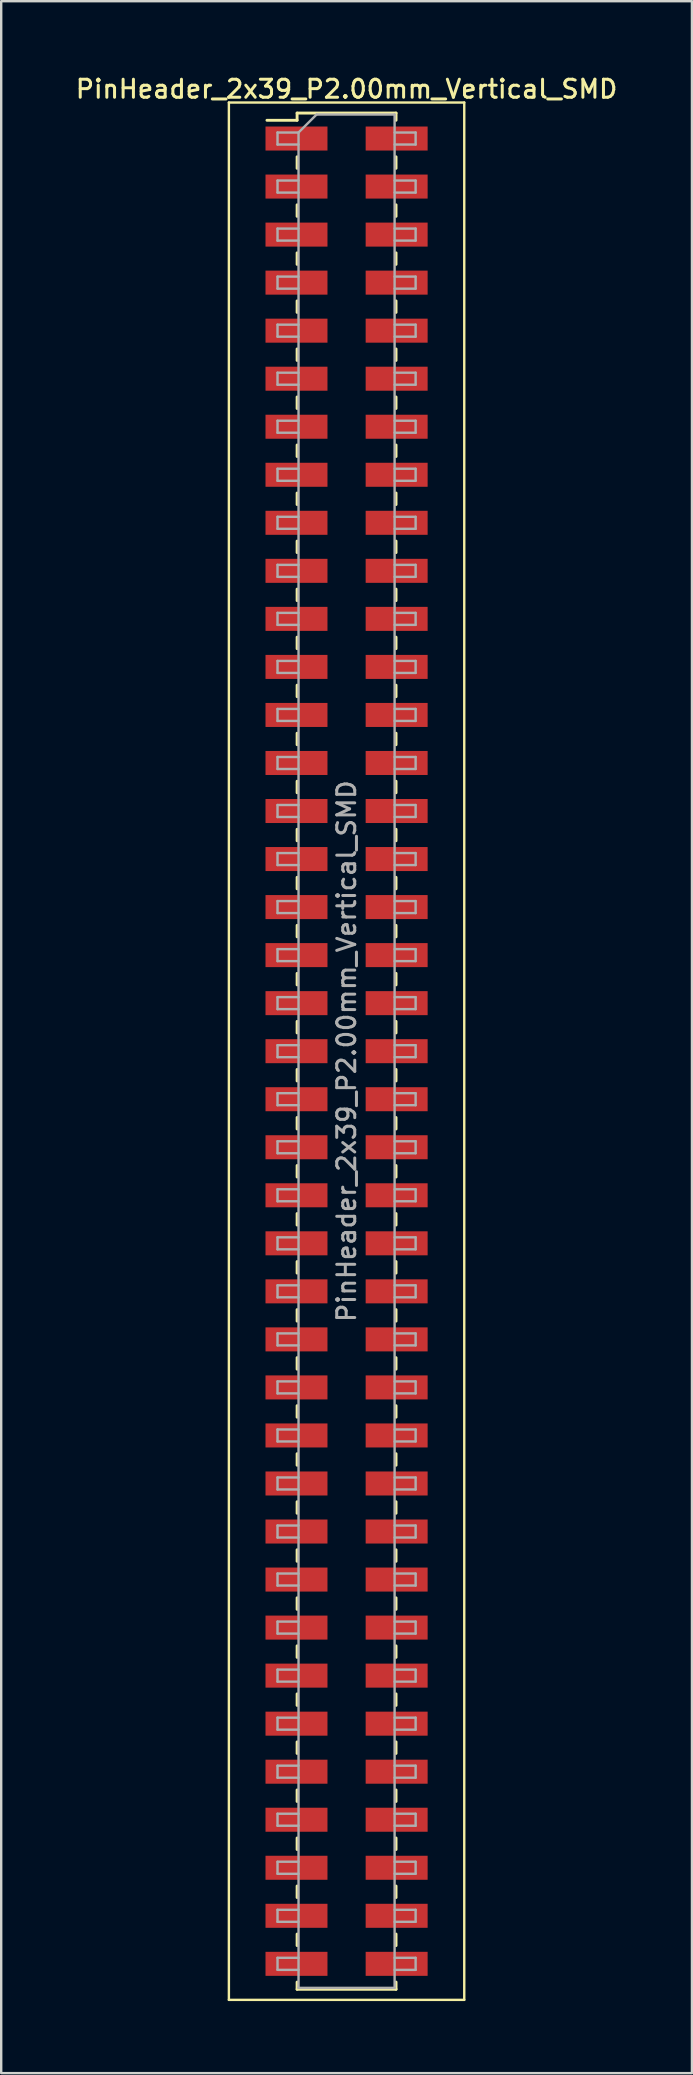
<source format=kicad_pcb>
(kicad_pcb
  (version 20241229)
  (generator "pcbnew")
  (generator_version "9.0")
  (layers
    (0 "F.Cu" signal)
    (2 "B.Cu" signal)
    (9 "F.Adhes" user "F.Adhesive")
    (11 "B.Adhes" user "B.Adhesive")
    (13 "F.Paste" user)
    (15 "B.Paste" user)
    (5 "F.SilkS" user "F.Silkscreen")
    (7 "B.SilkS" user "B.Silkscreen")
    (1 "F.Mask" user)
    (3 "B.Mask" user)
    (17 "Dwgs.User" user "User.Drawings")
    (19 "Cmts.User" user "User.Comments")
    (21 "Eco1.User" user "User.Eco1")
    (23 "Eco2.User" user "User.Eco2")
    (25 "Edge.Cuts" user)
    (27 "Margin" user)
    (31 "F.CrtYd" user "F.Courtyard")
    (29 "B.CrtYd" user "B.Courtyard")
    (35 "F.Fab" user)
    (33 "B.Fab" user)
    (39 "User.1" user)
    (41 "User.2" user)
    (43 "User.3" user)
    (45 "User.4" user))
  (footprint "PinHeader_2x39_P2.00mm_Vertical_SMD"
    (layer "F.Cu")
    (at 11.38 40.718)
    (property "Reference" "PinHeader_2x39_P2.00mm_Vertical_SMD" (at 0 -40.06 0) (layer "F.SilkS") (effects (font (size 0.75 0.75) (thickness 0.125))))
    (attr smd)
    (fp_line (start -4.9 -39.5) (end -4.9 39.5) (stroke (width 0.1) (type solid)) (layer "F.SilkS"))
    (fp_line (start -4.9 39.5) (end 4.9 39.5) (stroke (width 0.1) (type solid)) (layer "F.SilkS"))
    (fp_line (start -3.315 -38.76) (end -2.06 -38.76) (stroke (width 0.12) (type solid)) (layer "F.SilkS"))
    (fp_line (start -2.06 -39.06) (end -2.06 -38.76) (stroke (width 0.12) (type solid)) (layer "F.SilkS"))
    (fp_line (start -2.06 -39.06) (end 2.06 -39.06) (stroke (width 0.12) (type solid)) (layer "F.SilkS"))
    (fp_line (start -2.06 -37.24) (end -2.06 -36.76) (stroke (width 0.12) (type solid)) (layer "F.SilkS"))
    (fp_line (start -2.06 -35.24) (end -2.06 -34.76) (stroke (width 0.12) (type solid)) (layer "F.SilkS"))
    (fp_line (start -2.06 -33.24) (end -2.06 -32.76) (stroke (width 0.12) (type solid)) (layer "F.SilkS"))
    (fp_line (start -2.06 -31.24) (end -2.06 -30.76) (stroke (width 0.12) (type solid)) (layer "F.SilkS"))
    (fp_line (start -2.06 -29.24) (end -2.06 -28.76) (stroke (width 0.12) (type solid)) (layer "F.SilkS"))
    (fp_line (start -2.06 -27.24) (end -2.06 -26.76) (stroke (width 0.12) (type solid)) (layer "F.SilkS"))
    (fp_line (start -2.06 -25.24) (end -2.06 -24.76) (stroke (width 0.12) (type solid)) (layer "F.SilkS"))
    (fp_line (start -2.06 -23.24) (end -2.06 -22.76) (stroke (width 0.12) (type solid)) (layer "F.SilkS"))
    (fp_line (start -2.06 -21.24) (end -2.06 -20.76) (stroke (width 0.12) (type solid)) (layer "F.SilkS"))
    (fp_line (start -2.06 -19.24) (end -2.06 -18.76) (stroke (width 0.12) (type solid)) (layer "F.SilkS"))
    (fp_line (start -2.06 -17.24) (end -2.06 -16.76) (stroke (width 0.12) (type solid)) (layer "F.SilkS"))
    (fp_line (start -2.06 -15.24) (end -2.06 -14.76) (stroke (width 0.12) (type solid)) (layer "F.SilkS"))
    (fp_line (start -2.06 -13.24) (end -2.06 -12.76) (stroke (width 0.12) (type solid)) (layer "F.SilkS"))
    (fp_line (start -2.06 -11.24) (end -2.06 -10.76) (stroke (width 0.12) (type solid)) (layer "F.SilkS"))
    (fp_line (start -2.06 -9.24) (end -2.06 -8.76) (stroke (width 0.12) (type solid)) (layer "F.SilkS"))
    (fp_line (start -2.06 -7.24) (end -2.06 -6.76) (stroke (width 0.12) (type solid)) (layer "F.SilkS"))
    (fp_line (start -2.06 -5.24) (end -2.06 -4.76) (stroke (width 0.12) (type solid)) (layer "F.SilkS"))
    (fp_line (start -2.06 -3.24) (end -2.06 -2.76) (stroke (width 0.12) (type solid)) (layer "F.SilkS"))
    (fp_line (start -2.06 -1.24) (end -2.06 -0.76) (stroke (width 0.12) (type solid)) (layer "F.SilkS"))
    (fp_line (start -2.06 0.76) (end -2.06 1.24) (stroke (width 0.12) (type solid)) (layer "F.SilkS"))
    (fp_line (start -2.06 2.76) (end -2.06 3.24) (stroke (width 0.12) (type solid)) (layer "F.SilkS"))
    (fp_line (start -2.06 4.76) (end -2.06 5.24) (stroke (width 0.12) (type solid)) (layer "F.SilkS"))
    (fp_line (start -2.06 6.76) (end -2.06 7.24) (stroke (width 0.12) (type solid)) (layer "F.SilkS"))
    (fp_line (start -2.06 8.76) (end -2.06 9.24) (stroke (width 0.12) (type solid)) (layer "F.SilkS"))
    (fp_line (start -2.06 10.76) (end -2.06 11.24) (stroke (width 0.12) (type solid)) (layer "F.SilkS"))
    (fp_line (start -2.06 12.76) (end -2.06 13.24) (stroke (width 0.12) (type solid)) (layer "F.SilkS"))
    (fp_line (start -2.06 14.76) (end -2.06 15.24) (stroke (width 0.12) (type solid)) (layer "F.SilkS"))
    (fp_line (start -2.06 16.76) (end -2.06 17.24) (stroke (width 0.12) (type solid)) (layer "F.SilkS"))
    (fp_line (start -2.06 18.76) (end -2.06 19.24) (stroke (width 0.12) (type solid)) (layer "F.SilkS"))
    (fp_line (start -2.06 20.76) (end -2.06 21.24) (stroke (width 0.12) (type solid)) (layer "F.SilkS"))
    (fp_line (start -2.06 22.76) (end -2.06 23.24) (stroke (width 0.12) (type solid)) (layer "F.SilkS"))
    (fp_line (start -2.06 24.76) (end -2.06 25.24) (stroke (width 0.12) (type solid)) (layer "F.SilkS"))
    (fp_line (start -2.06 26.76) (end -2.06 27.24) (stroke (width 0.12) (type solid)) (layer "F.SilkS"))
    (fp_line (start -2.06 28.76) (end -2.06 29.24) (stroke (width 0.12) (type solid)) (layer "F.SilkS"))
    (fp_line (start -2.06 30.76) (end -2.06 31.24) (stroke (width 0.12) (type solid)) (layer "F.SilkS"))
    (fp_line (start -2.06 32.76) (end -2.06 33.24) (stroke (width 0.12) (type solid)) (layer "F.SilkS"))
    (fp_line (start -2.06 34.76) (end -2.06 35.24) (stroke (width 0.12) (type solid)) (layer "F.SilkS"))
    (fp_line (start -2.06 36.76) (end -2.06 37.24) (stroke (width 0.12) (type solid)) (layer "F.SilkS"))
    (fp_line (start -2.06 38.76) (end -2.06 39.06) (stroke (width 0.12) (type solid)) (layer "F.SilkS"))
    (fp_line (start -2.06 39.06) (end 2.06 39.06) (stroke (width 0.12) (type solid)) (layer "F.SilkS"))
    (fp_line (start 2.06 -39.06) (end 2.06 -38.76) (stroke (width 0.12) (type solid)) (layer "F.SilkS"))
    (fp_line (start 2.06 -37.24) (end 2.06 -36.76) (stroke (width 0.12) (type solid)) (layer "F.SilkS"))
    (fp_line (start 2.06 -35.24) (end 2.06 -34.76) (stroke (width 0.12) (type solid)) (layer "F.SilkS"))
    (fp_line (start 2.06 -33.24) (end 2.06 -32.76) (stroke (width 0.12) (type solid)) (layer "F.SilkS"))
    (fp_line (start 2.06 -31.24) (end 2.06 -30.76) (stroke (width 0.12) (type solid)) (layer "F.SilkS"))
    (fp_line (start 2.06 -29.24) (end 2.06 -28.76) (stroke (width 0.12) (type solid)) (layer "F.SilkS"))
    (fp_line (start 2.06 -27.24) (end 2.06 -26.76) (stroke (width 0.12) (type solid)) (layer "F.SilkS"))
    (fp_line (start 2.06 -25.24) (end 2.06 -24.76) (stroke (width 0.12) (type solid)) (layer "F.SilkS"))
    (fp_line (start 2.06 -23.24) (end 2.06 -22.76) (stroke (width 0.12) (type solid)) (layer "F.SilkS"))
    (fp_line (start 2.06 -21.24) (end 2.06 -20.76) (stroke (width 0.12) (type solid)) (layer "F.SilkS"))
    (fp_line (start 2.06 -19.24) (end 2.06 -18.76) (stroke (width 0.12) (type solid)) (layer "F.SilkS"))
    (fp_line (start 2.06 -17.24) (end 2.06 -16.76) (stroke (width 0.12) (type solid)) (layer "F.SilkS"))
    (fp_line (start 2.06 -15.24) (end 2.06 -14.76) (stroke (width 0.12) (type solid)) (layer "F.SilkS"))
    (fp_line (start 2.06 -13.24) (end 2.06 -12.76) (stroke (width 0.12) (type solid)) (layer "F.SilkS"))
    (fp_line (start 2.06 -11.24) (end 2.06 -10.76) (stroke (width 0.12) (type solid)) (layer "F.SilkS"))
    (fp_line (start 2.06 -9.24) (end 2.06 -8.76) (stroke (width 0.12) (type solid)) (layer "F.SilkS"))
    (fp_line (start 2.06 -7.24) (end 2.06 -6.76) (stroke (width 0.12) (type solid)) (layer "F.SilkS"))
    (fp_line (start 2.06 -5.24) (end 2.06 -4.76) (stroke (width 0.12) (type solid)) (layer "F.SilkS"))
    (fp_line (start 2.06 -3.24) (end 2.06 -2.76) (stroke (width 0.12) (type solid)) (layer "F.SilkS"))
    (fp_line (start 2.06 -1.24) (end 2.06 -0.76) (stroke (width 0.12) (type solid)) (layer "F.SilkS"))
    (fp_line (start 2.06 0.76) (end 2.06 1.24) (stroke (width 0.12) (type solid)) (layer "F.SilkS"))
    (fp_line (start 2.06 2.76) (end 2.06 3.24) (stroke (width 0.12) (type solid)) (layer "F.SilkS"))
    (fp_line (start 2.06 4.76) (end 2.06 5.24) (stroke (width 0.12) (type solid)) (layer "F.SilkS"))
    (fp_line (start 2.06 6.76) (end 2.06 7.24) (stroke (width 0.12) (type solid)) (layer "F.SilkS"))
    (fp_line (start 2.06 8.76) (end 2.06 9.24) (stroke (width 0.12) (type solid)) (layer "F.SilkS"))
    (fp_line (start 2.06 10.76) (end 2.06 11.24) (stroke (width 0.12) (type solid)) (layer "F.SilkS"))
    (fp_line (start 2.06 12.76) (end 2.06 13.24) (stroke (width 0.12) (type solid)) (layer "F.SilkS"))
    (fp_line (start 2.06 14.76) (end 2.06 15.24) (stroke (width 0.12) (type solid)) (layer "F.SilkS"))
    (fp_line (start 2.06 16.76) (end 2.06 17.24) (stroke (width 0.12) (type solid)) (layer "F.SilkS"))
    (fp_line (start 2.06 18.76) (end 2.06 19.24) (stroke (width 0.12) (type solid)) (layer "F.SilkS"))
    (fp_line (start 2.06 20.76) (end 2.06 21.24) (stroke (width 0.12) (type solid)) (layer "F.SilkS"))
    (fp_line (start 2.06 22.76) (end 2.06 23.24) (stroke (width 0.12) (type solid)) (layer "F.SilkS"))
    (fp_line (start 2.06 24.76) (end 2.06 25.24) (stroke (width 0.12) (type solid)) (layer "F.SilkS"))
    (fp_line (start 2.06 26.76) (end 2.06 27.24) (stroke (width 0.12) (type solid)) (layer "F.SilkS"))
    (fp_line (start 2.06 28.76) (end 2.06 29.24) (stroke (width 0.12) (type solid)) (layer "F.SilkS"))
    (fp_line (start 2.06 30.76) (end 2.06 31.24) (stroke (width 0.12) (type solid)) (layer "F.SilkS"))
    (fp_line (start 2.06 32.76) (end 2.06 33.24) (stroke (width 0.12) (type solid)) (layer "F.SilkS"))
    (fp_line (start 2.06 34.76) (end 2.06 35.24) (stroke (width 0.12) (type solid)) (layer "F.SilkS"))
    (fp_line (start 2.06 36.76) (end 2.06 37.24) (stroke (width 0.12) (type solid)) (layer "F.SilkS"))
    (fp_line (start 2.06 38.76) (end 2.06 39.06) (stroke (width 0.12) (type solid)) (layer "F.SilkS"))
    (fp_line (start 4.9 -39.5) (end -4.9 -39.5) (stroke (width 0.1) (type solid)) (layer "F.SilkS"))
    (fp_line (start 4.9 39.5) (end 4.9 -39.5) (stroke (width 0.1) (type solid)) (layer "F.SilkS"))
    (fp_line (start -2.875 -38.25) (end -2.875 -37.75) (stroke (width 0.1) (type solid)) (layer "F.Fab"))
    (fp_line (start -2.875 -37.75) (end -2 -37.75) (stroke (width 0.1) (type solid)) (layer "F.Fab"))
    (fp_line (start -2.875 -36.25) (end -2.875 -35.75) (stroke (width 0.1) (type solid)) (layer "F.Fab"))
    (fp_line (start -2.875 -35.75) (end -2 -35.75) (stroke (width 0.1) (type solid)) (layer "F.Fab"))
    (fp_line (start -2.875 -34.25) (end -2.875 -33.75) (stroke (width 0.1) (type solid)) (layer "F.Fab"))
    (fp_line (start -2.875 -33.75) (end -2 -33.75) (stroke (width 0.1) (type solid)) (layer "F.Fab"))
    (fp_line (start -2.875 -32.25) (end -2.875 -31.75) (stroke (width 0.1) (type solid)) (layer "F.Fab"))
    (fp_line (start -2.875 -31.75) (end -2 -31.75) (stroke (width 0.1) (type solid)) (layer "F.Fab"))
    (fp_line (start -2.875 -30.25) (end -2.875 -29.75) (stroke (width 0.1) (type solid)) (layer "F.Fab"))
    (fp_line (start -2.875 -29.75) (end -2 -29.75) (stroke (width 0.1) (type solid)) (layer "F.Fab"))
    (fp_line (start -2.875 -28.25) (end -2.875 -27.75) (stroke (width 0.1) (type solid)) (layer "F.Fab"))
    (fp_line (start -2.875 -27.75) (end -2 -27.75) (stroke (width 0.1) (type solid)) (layer "F.Fab"))
    (fp_line (start -2.875 -26.25) (end -2.875 -25.75) (stroke (width 0.1) (type solid)) (layer "F.Fab"))
    (fp_line (start -2.875 -25.75) (end -2 -25.75) (stroke (width 0.1) (type solid)) (layer "F.Fab"))
    (fp_line (start -2.875 -24.25) (end -2.875 -23.75) (stroke (width 0.1) (type solid)) (layer "F.Fab"))
    (fp_line (start -2.875 -23.75) (end -2 -23.75) (stroke (width 0.1) (type solid)) (layer "F.Fab"))
    (fp_line (start -2.875 -22.25) (end -2.875 -21.75) (stroke (width 0.1) (type solid)) (layer "F.Fab"))
    (fp_line (start -2.875 -21.75) (end -2 -21.75) (stroke (width 0.1) (type solid)) (layer "F.Fab"))
    (fp_line (start -2.875 -20.25) (end -2.875 -19.75) (stroke (width 0.1) (type solid)) (layer "F.Fab"))
    (fp_line (start -2.875 -19.75) (end -2 -19.75) (stroke (width 0.1) (type solid)) (layer "F.Fab"))
    (fp_line (start -2.875 -18.25) (end -2.875 -17.75) (stroke (width 0.1) (type solid)) (layer "F.Fab"))
    (fp_line (start -2.875 -17.75) (end -2 -17.75) (stroke (width 0.1) (type solid)) (layer "F.Fab"))
    (fp_line (start -2.875 -16.25) (end -2.875 -15.75) (stroke (width 0.1) (type solid)) (layer "F.Fab"))
    (fp_line (start -2.875 -15.75) (end -2 -15.75) (stroke (width 0.1) (type solid)) (layer "F.Fab"))
    (fp_line (start -2.875 -14.25) (end -2.875 -13.75) (stroke (width 0.1) (type solid)) (layer "F.Fab"))
    (fp_line (start -2.875 -13.75) (end -2 -13.75) (stroke (width 0.1) (type solid)) (layer "F.Fab"))
    (fp_line (start -2.875 -12.25) (end -2.875 -11.75) (stroke (width 0.1) (type solid)) (layer "F.Fab"))
    (fp_line (start -2.875 -11.75) (end -2 -11.75) (stroke (width 0.1) (type solid)) (layer "F.Fab"))
    (fp_line (start -2.875 -10.25) (end -2.875 -9.75) (stroke (width 0.1) (type solid)) (layer "F.Fab"))
    (fp_line (start -2.875 -9.75) (end -2 -9.75) (stroke (width 0.1) (type solid)) (layer "F.Fab"))
    (fp_line (start -2.875 -8.25) (end -2.875 -7.75) (stroke (width 0.1) (type solid)) (layer "F.Fab"))
    (fp_line (start -2.875 -7.75) (end -2 -7.75) (stroke (width 0.1) (type solid)) (layer "F.Fab"))
    (fp_line (start -2.875 -6.25) (end -2.875 -5.75) (stroke (width 0.1) (type solid)) (layer "F.Fab"))
    (fp_line (start -2.875 -5.75) (end -2 -5.75) (stroke (width 0.1) (type solid)) (layer "F.Fab"))
    (fp_line (start -2.875 -4.25) (end -2.875 -3.75) (stroke (width 0.1) (type solid)) (layer "F.Fab"))
    (fp_line (start -2.875 -3.75) (end -2 -3.75) (stroke (width 0.1) (type solid)) (layer "F.Fab"))
    (fp_line (start -2.875 -2.25) (end -2.875 -1.75) (stroke (width 0.1) (type solid)) (layer "F.Fab"))
    (fp_line (start -2.875 -1.75) (end -2 -1.75) (stroke (width 0.1) (type solid)) (layer "F.Fab"))
    (fp_line (start -2.875 -0.25) (end -2.875 0.25) (stroke (width 0.1) (type solid)) (layer "F.Fab"))
    (fp_line (start -2.875 0.25) (end -2 0.25) (stroke (width 0.1) (type solid)) (layer "F.Fab"))
    (fp_line (start -2.875 1.75) (end -2.875 2.25) (stroke (width 0.1) (type solid)) (layer "F.Fab"))
    (fp_line (start -2.875 2.25) (end -2 2.25) (stroke (width 0.1) (type solid)) (layer "F.Fab"))
    (fp_line (start -2.875 3.75) (end -2.875 4.25) (stroke (width 0.1) (type solid)) (layer "F.Fab"))
    (fp_line (start -2.875 4.25) (end -2 4.25) (stroke (width 0.1) (type solid)) (layer "F.Fab"))
    (fp_line (start -2.875 5.75) (end -2.875 6.25) (stroke (width 0.1) (type solid)) (layer "F.Fab"))
    (fp_line (start -2.875 6.25) (end -2 6.25) (stroke (width 0.1) (type solid)) (layer "F.Fab"))
    (fp_line (start -2.875 7.75) (end -2.875 8.25) (stroke (width 0.1) (type solid)) (layer "F.Fab"))
    (fp_line (start -2.875 8.25) (end -2 8.25) (stroke (width 0.1) (type solid)) (layer "F.Fab"))
    (fp_line (start -2.875 9.75) (end -2.875 10.25) (stroke (width 0.1) (type solid)) (layer "F.Fab"))
    (fp_line (start -2.875 10.25) (end -2 10.25) (stroke (width 0.1) (type solid)) (layer "F.Fab"))
    (fp_line (start -2.875 11.75) (end -2.875 12.25) (stroke (width 0.1) (type solid)) (layer "F.Fab"))
    (fp_line (start -2.875 12.25) (end -2 12.25) (stroke (width 0.1) (type solid)) (layer "F.Fab"))
    (fp_line (start -2.875 13.75) (end -2.875 14.25) (stroke (width 0.1) (type solid)) (layer "F.Fab"))
    (fp_line (start -2.875 14.25) (end -2 14.25) (stroke (width 0.1) (type solid)) (layer "F.Fab"))
    (fp_line (start -2.875 15.75) (end -2.875 16.25) (stroke (width 0.1) (type solid)) (layer "F.Fab"))
    (fp_line (start -2.875 16.25) (end -2 16.25) (stroke (width 0.1) (type solid)) (layer "F.Fab"))
    (fp_line (start -2.875 17.75) (end -2.875 18.25) (stroke (width 0.1) (type solid)) (layer "F.Fab"))
    (fp_line (start -2.875 18.25) (end -2 18.25) (stroke (width 0.1) (type solid)) (layer "F.Fab"))
    (fp_line (start -2.875 19.75) (end -2.875 20.25) (stroke (width 0.1) (type solid)) (layer "F.Fab"))
    (fp_line (start -2.875 20.25) (end -2 20.25) (stroke (width 0.1) (type solid)) (layer "F.Fab"))
    (fp_line (start -2.875 21.75) (end -2.875 22.25) (stroke (width 0.1) (type solid)) (layer "F.Fab"))
    (fp_line (start -2.875 22.25) (end -2 22.25) (stroke (width 0.1) (type solid)) (layer "F.Fab"))
    (fp_line (start -2.875 23.75) (end -2.875 24.25) (stroke (width 0.1) (type solid)) (layer "F.Fab"))
    (fp_line (start -2.875 24.25) (end -2 24.25) (stroke (width 0.1) (type solid)) (layer "F.Fab"))
    (fp_line (start -2.875 25.75) (end -2.875 26.25) (stroke (width 0.1) (type solid)) (layer "F.Fab"))
    (fp_line (start -2.875 26.25) (end -2 26.25) (stroke (width 0.1) (type solid)) (layer "F.Fab"))
    (fp_line (start -2.875 27.75) (end -2.875 28.25) (stroke (width 0.1) (type solid)) (layer "F.Fab"))
    (fp_line (start -2.875 28.25) (end -2 28.25) (stroke (width 0.1) (type solid)) (layer "F.Fab"))
    (fp_line (start -2.875 29.75) (end -2.875 30.25) (stroke (width 0.1) (type solid)) (layer "F.Fab"))
    (fp_line (start -2.875 30.25) (end -2 30.25) (stroke (width 0.1) (type solid)) (layer "F.Fab"))
    (fp_line (start -2.875 31.75) (end -2.875 32.25) (stroke (width 0.1) (type solid)) (layer "F.Fab"))
    (fp_line (start -2.875 32.25) (end -2 32.25) (stroke (width 0.1) (type solid)) (layer "F.Fab"))
    (fp_line (start -2.875 33.75) (end -2.875 34.25) (stroke (width 0.1) (type solid)) (layer "F.Fab"))
    (fp_line (start -2.875 34.25) (end -2 34.25) (stroke (width 0.1) (type solid)) (layer "F.Fab"))
    (fp_line (start -2.875 35.75) (end -2.875 36.25) (stroke (width 0.1) (type solid)) (layer "F.Fab"))
    (fp_line (start -2.875 36.25) (end -2 36.25) (stroke (width 0.1) (type solid)) (layer "F.Fab"))
    (fp_line (start -2.875 37.75) (end -2.875 38.25) (stroke (width 0.1) (type solid)) (layer "F.Fab"))
    (fp_line (start -2.875 38.25) (end -2 38.25) (stroke (width 0.1) (type solid)) (layer "F.Fab"))
    (fp_line (start -2 -38.25) (end -2.875 -38.25) (stroke (width 0.1) (type solid)) (layer "F.Fab"))
    (fp_line (start -2 -38.25) (end -1.25 -39) (stroke (width 0.1) (type solid)) (layer "F.Fab"))
    (fp_line (start -2 -36.25) (end -2.875 -36.25) (stroke (width 0.1) (type solid)) (layer "F.Fab"))
    (fp_line (start -2 -34.25) (end -2.875 -34.25) (stroke (width 0.1) (type solid)) (layer "F.Fab"))
    (fp_line (start -2 -32.25) (end -2.875 -32.25) (stroke (width 0.1) (type solid)) (layer "F.Fab"))
    (fp_line (start -2 -30.25) (end -2.875 -30.25) (stroke (width 0.1) (type solid)) (layer "F.Fab"))
    (fp_line (start -2 -28.25) (end -2.875 -28.25) (stroke (width 0.1) (type solid)) (layer "F.Fab"))
    (fp_line (start -2 -26.25) (end -2.875 -26.25) (stroke (width 0.1) (type solid)) (layer "F.Fab"))
    (fp_line (start -2 -24.25) (end -2.875 -24.25) (stroke (width 0.1) (type solid)) (layer "F.Fab"))
    (fp_line (start -2 -22.25) (end -2.875 -22.25) (stroke (width 0.1) (type solid)) (layer "F.Fab"))
    (fp_line (start -2 -20.25) (end -2.875 -20.25) (stroke (width 0.1) (type solid)) (layer "F.Fab"))
    (fp_line (start -2 -18.25) (end -2.875 -18.25) (stroke (width 0.1) (type solid)) (layer "F.Fab"))
    (fp_line (start -2 -16.25) (end -2.875 -16.25) (stroke (width 0.1) (type solid)) (layer "F.Fab"))
    (fp_line (start -2 -14.25) (end -2.875 -14.25) (stroke (width 0.1) (type solid)) (layer "F.Fab"))
    (fp_line (start -2 -12.25) (end -2.875 -12.25) (stroke (width 0.1) (type solid)) (layer "F.Fab"))
    (fp_line (start -2 -10.25) (end -2.875 -10.25) (stroke (width 0.1) (type solid)) (layer "F.Fab"))
    (fp_line (start -2 -8.25) (end -2.875 -8.25) (stroke (width 0.1) (type solid)) (layer "F.Fab"))
    (fp_line (start -2 -6.25) (end -2.875 -6.25) (stroke (width 0.1) (type solid)) (layer "F.Fab"))
    (fp_line (start -2 -4.25) (end -2.875 -4.25) (stroke (width 0.1) (type solid)) (layer "F.Fab"))
    (fp_line (start -2 -2.25) (end -2.875 -2.25) (stroke (width 0.1) (type solid)) (layer "F.Fab"))
    (fp_line (start -2 -0.25) (end -2.875 -0.25) (stroke (width 0.1) (type solid)) (layer "F.Fab"))
    (fp_line (start -2 1.75) (end -2.875 1.75) (stroke (width 0.1) (type solid)) (layer "F.Fab"))
    (fp_line (start -2 3.75) (end -2.875 3.75) (stroke (width 0.1) (type solid)) (layer "F.Fab"))
    (fp_line (start -2 5.75) (end -2.875 5.75) (stroke (width 0.1) (type solid)) (layer "F.Fab"))
    (fp_line (start -2 7.75) (end -2.875 7.75) (stroke (width 0.1) (type solid)) (layer "F.Fab"))
    (fp_line (start -2 9.75) (end -2.875 9.75) (stroke (width 0.1) (type solid)) (layer "F.Fab"))
    (fp_line (start -2 11.75) (end -2.875 11.75) (stroke (width 0.1) (type solid)) (layer "F.Fab"))
    (fp_line (start -2 13.75) (end -2.875 13.75) (stroke (width 0.1) (type solid)) (layer "F.Fab"))
    (fp_line (start -2 15.75) (end -2.875 15.75) (stroke (width 0.1) (type solid)) (layer "F.Fab"))
    (fp_line (start -2 17.75) (end -2.875 17.75) (stroke (width 0.1) (type solid)) (layer "F.Fab"))
    (fp_line (start -2 19.75) (end -2.875 19.75) (stroke (width 0.1) (type solid)) (layer "F.Fab"))
    (fp_line (start -2 21.75) (end -2.875 21.75) (stroke (width 0.1) (type solid)) (layer "F.Fab"))
    (fp_line (start -2 23.75) (end -2.875 23.75) (stroke (width 0.1) (type solid)) (layer "F.Fab"))
    (fp_line (start -2 25.75) (end -2.875 25.75) (stroke (width 0.1) (type solid)) (layer "F.Fab"))
    (fp_line (start -2 27.75) (end -2.875 27.75) (stroke (width 0.1) (type solid)) (layer "F.Fab"))
    (fp_line (start -2 29.75) (end -2.875 29.75) (stroke (width 0.1) (type solid)) (layer "F.Fab"))
    (fp_line (start -2 31.75) (end -2.875 31.75) (stroke (width 0.1) (type solid)) (layer "F.Fab"))
    (fp_line (start -2 33.75) (end -2.875 33.75) (stroke (width 0.1) (type solid)) (layer "F.Fab"))
    (fp_line (start -2 35.75) (end -2.875 35.75) (stroke (width 0.1) (type solid)) (layer "F.Fab"))
    (fp_line (start -2 37.75) (end -2.875 37.75) (stroke (width 0.1) (type solid)) (layer "F.Fab"))
    (fp_line (start -2 39) (end -2 -38.25) (stroke (width 0.1) (type solid)) (layer "F.Fab"))
    (fp_line (start -1.25 -39) (end 2 -39) (stroke (width 0.1) (type solid)) (layer "F.Fab"))
    (fp_line (start 2 -39) (end 2 39) (stroke (width 0.1) (type solid)) (layer "F.Fab"))
    (fp_line (start 2 -38.25) (end 2.875 -38.25) (stroke (width 0.1) (type solid)) (layer "F.Fab"))
    (fp_line (start 2 -36.25) (end 2.875 -36.25) (stroke (width 0.1) (type solid)) (layer "F.Fab"))
    (fp_line (start 2 -34.25) (end 2.875 -34.25) (stroke (width 0.1) (type solid)) (layer "F.Fab"))
    (fp_line (start 2 -32.25) (end 2.875 -32.25) (stroke (width 0.1) (type solid)) (layer "F.Fab"))
    (fp_line (start 2 -30.25) (end 2.875 -30.25) (stroke (width 0.1) (type solid)) (layer "F.Fab"))
    (fp_line (start 2 -28.25) (end 2.875 -28.25) (stroke (width 0.1) (type solid)) (layer "F.Fab"))
    (fp_line (start 2 -26.25) (end 2.875 -26.25) (stroke (width 0.1) (type solid)) (layer "F.Fab"))
    (fp_line (start 2 -24.25) (end 2.875 -24.25) (stroke (width 0.1) (type solid)) (layer "F.Fab"))
    (fp_line (start 2 -22.25) (end 2.875 -22.25) (stroke (width 0.1) (type solid)) (layer "F.Fab"))
    (fp_line (start 2 -20.25) (end 2.875 -20.25) (stroke (width 0.1) (type solid)) (layer "F.Fab"))
    (fp_line (start 2 -18.25) (end 2.875 -18.25) (stroke (width 0.1) (type solid)) (layer "F.Fab"))
    (fp_line (start 2 -16.25) (end 2.875 -16.25) (stroke (width 0.1) (type solid)) (layer "F.Fab"))
    (fp_line (start 2 -14.25) (end 2.875 -14.25) (stroke (width 0.1) (type solid)) (layer "F.Fab"))
    (fp_line (start 2 -12.25) (end 2.875 -12.25) (stroke (width 0.1) (type solid)) (layer "F.Fab"))
    (fp_line (start 2 -10.25) (end 2.875 -10.25) (stroke (width 0.1) (type solid)) (layer "F.Fab"))
    (fp_line (start 2 -8.25) (end 2.875 -8.25) (stroke (width 0.1) (type solid)) (layer "F.Fab"))
    (fp_line (start 2 -6.25) (end 2.875 -6.25) (stroke (width 0.1) (type solid)) (layer "F.Fab"))
    (fp_line (start 2 -4.25) (end 2.875 -4.25) (stroke (width 0.1) (type solid)) (layer "F.Fab"))
    (fp_line (start 2 -2.25) (end 2.875 -2.25) (stroke (width 0.1) (type solid)) (layer "F.Fab"))
    (fp_line (start 2 -0.25) (end 2.875 -0.25) (stroke (width 0.1) (type solid)) (layer "F.Fab"))
    (fp_line (start 2 1.75) (end 2.875 1.75) (stroke (width 0.1) (type solid)) (layer "F.Fab"))
    (fp_line (start 2 3.75) (end 2.875 3.75) (stroke (width 0.1) (type solid)) (layer "F.Fab"))
    (fp_line (start 2 5.75) (end 2.875 5.75) (stroke (width 0.1) (type solid)) (layer "F.Fab"))
    (fp_line (start 2 7.75) (end 2.875 7.75) (stroke (width 0.1) (type solid)) (layer "F.Fab"))
    (fp_line (start 2 9.75) (end 2.875 9.75) (stroke (width 0.1) (type solid)) (layer "F.Fab"))
    (fp_line (start 2 11.75) (end 2.875 11.75) (stroke (width 0.1) (type solid)) (layer "F.Fab"))
    (fp_line (start 2 13.75) (end 2.875 13.75) (stroke (width 0.1) (type solid)) (layer "F.Fab"))
    (fp_line (start 2 15.75) (end 2.875 15.75) (stroke (width 0.1) (type solid)) (layer "F.Fab"))
    (fp_line (start 2 17.75) (end 2.875 17.75) (stroke (width 0.1) (type solid)) (layer "F.Fab"))
    (fp_line (start 2 19.75) (end 2.875 19.75) (stroke (width 0.1) (type solid)) (layer "F.Fab"))
    (fp_line (start 2 21.75) (end 2.875 21.75) (stroke (width 0.1) (type solid)) (layer "F.Fab"))
    (fp_line (start 2 23.75) (end 2.875 23.75) (stroke (width 0.1) (type solid)) (layer "F.Fab"))
    (fp_line (start 2 25.75) (end 2.875 25.75) (stroke (width 0.1) (type solid)) (layer "F.Fab"))
    (fp_line (start 2 27.75) (end 2.875 27.75) (stroke (width 0.1) (type solid)) (layer "F.Fab"))
    (fp_line (start 2 29.75) (end 2.875 29.75) (stroke (width 0.1) (type solid)) (layer "F.Fab"))
    (fp_line (start 2 31.75) (end 2.875 31.75) (stroke (width 0.1) (type solid)) (layer "F.Fab"))
    (fp_line (start 2 33.75) (end 2.875 33.75) (stroke (width 0.1) (type solid)) (layer "F.Fab"))
    (fp_line (start 2 35.75) (end 2.875 35.75) (stroke (width 0.1) (type solid)) (layer "F.Fab"))
    (fp_line (start 2 37.75) (end 2.875 37.75) (stroke (width 0.1) (type solid)) (layer "F.Fab"))
    (fp_line (start 2 39) (end -2 39) (stroke (width 0.1) (type solid)) (layer "F.Fab"))
    (fp_line (start 2.875 -38.25) (end 2.875 -37.75) (stroke (width 0.1) (type solid)) (layer "F.Fab"))
    (fp_line (start 2.875 -37.75) (end 2 -37.75) (stroke (width 0.1) (type solid)) (layer "F.Fab"))
    (fp_line (start 2.875 -36.25) (end 2.875 -35.75) (stroke (width 0.1) (type solid)) (layer "F.Fab"))
    (fp_line (start 2.875 -35.75) (end 2 -35.75) (stroke (width 0.1) (type solid)) (layer "F.Fab"))
    (fp_line (start 2.875 -34.25) (end 2.875 -33.75) (stroke (width 0.1) (type solid)) (layer "F.Fab"))
    (fp_line (start 2.875 -33.75) (end 2 -33.75) (stroke (width 0.1) (type solid)) (layer "F.Fab"))
    (fp_line (start 2.875 -32.25) (end 2.875 -31.75) (stroke (width 0.1) (type solid)) (layer "F.Fab"))
    (fp_line (start 2.875 -31.75) (end 2 -31.75) (stroke (width 0.1) (type solid)) (layer "F.Fab"))
    (fp_line (start 2.875 -30.25) (end 2.875 -29.75) (stroke (width 0.1) (type solid)) (layer "F.Fab"))
    (fp_line (start 2.875 -29.75) (end 2 -29.75) (stroke (width 0.1) (type solid)) (layer "F.Fab"))
    (fp_line (start 2.875 -28.25) (end 2.875 -27.75) (stroke (width 0.1) (type solid)) (layer "F.Fab"))
    (fp_line (start 2.875 -27.75) (end 2 -27.75) (stroke (width 0.1) (type solid)) (layer "F.Fab"))
    (fp_line (start 2.875 -26.25) (end 2.875 -25.75) (stroke (width 0.1) (type solid)) (layer "F.Fab"))
    (fp_line (start 2.875 -25.75) (end 2 -25.75) (stroke (width 0.1) (type solid)) (layer "F.Fab"))
    (fp_line (start 2.875 -24.25) (end 2.875 -23.75) (stroke (width 0.1) (type solid)) (layer "F.Fab"))
    (fp_line (start 2.875 -23.75) (end 2 -23.75) (stroke (width 0.1) (type solid)) (layer "F.Fab"))
    (fp_line (start 2.875 -22.25) (end 2.875 -21.75) (stroke (width 0.1) (type solid)) (layer "F.Fab"))
    (fp_line (start 2.875 -21.75) (end 2 -21.75) (stroke (width 0.1) (type solid)) (layer "F.Fab"))
    (fp_line (start 2.875 -20.25) (end 2.875 -19.75) (stroke (width 0.1) (type solid)) (layer "F.Fab"))
    (fp_line (start 2.875 -19.75) (end 2 -19.75) (stroke (width 0.1) (type solid)) (layer "F.Fab"))
    (fp_line (start 2.875 -18.25) (end 2.875 -17.75) (stroke (width 0.1) (type solid)) (layer "F.Fab"))
    (fp_line (start 2.875 -17.75) (end 2 -17.75) (stroke (width 0.1) (type solid)) (layer "F.Fab"))
    (fp_line (start 2.875 -16.25) (end 2.875 -15.75) (stroke (width 0.1) (type solid)) (layer "F.Fab"))
    (fp_line (start 2.875 -15.75) (end 2 -15.75) (stroke (width 0.1) (type solid)) (layer "F.Fab"))
    (fp_line (start 2.875 -14.25) (end 2.875 -13.75) (stroke (width 0.1) (type solid)) (layer "F.Fab"))
    (fp_line (start 2.875 -13.75) (end 2 -13.75) (stroke (width 0.1) (type solid)) (layer "F.Fab"))
    (fp_line (start 2.875 -12.25) (end 2.875 -11.75) (stroke (width 0.1) (type solid)) (layer "F.Fab"))
    (fp_line (start 2.875 -11.75) (end 2 -11.75) (stroke (width 0.1) (type solid)) (layer "F.Fab"))
    (fp_line (start 2.875 -10.25) (end 2.875 -9.75) (stroke (width 0.1) (type solid)) (layer "F.Fab"))
    (fp_line (start 2.875 -9.75) (end 2 -9.75) (stroke (width 0.1) (type solid)) (layer "F.Fab"))
    (fp_line (start 2.875 -8.25) (end 2.875 -7.75) (stroke (width 0.1) (type solid)) (layer "F.Fab"))
    (fp_line (start 2.875 -7.75) (end 2 -7.75) (stroke (width 0.1) (type solid)) (layer "F.Fab"))
    (fp_line (start 2.875 -6.25) (end 2.875 -5.75) (stroke (width 0.1) (type solid)) (layer "F.Fab"))
    (fp_line (start 2.875 -5.75) (end 2 -5.75) (stroke (width 0.1) (type solid)) (layer "F.Fab"))
    (fp_line (start 2.875 -4.25) (end 2.875 -3.75) (stroke (width 0.1) (type solid)) (layer "F.Fab"))
    (fp_line (start 2.875 -3.75) (end 2 -3.75) (stroke (width 0.1) (type solid)) (layer "F.Fab"))
    (fp_line (start 2.875 -2.25) (end 2.875 -1.75) (stroke (width 0.1) (type solid)) (layer "F.Fab"))
    (fp_line (start 2.875 -1.75) (end 2 -1.75) (stroke (width 0.1) (type solid)) (layer "F.Fab"))
    (fp_line (start 2.875 -0.25) (end 2.875 0.25) (stroke (width 0.1) (type solid)) (layer "F.Fab"))
    (fp_line (start 2.875 0.25) (end 2 0.25) (stroke (width 0.1) (type solid)) (layer "F.Fab"))
    (fp_line (start 2.875 1.75) (end 2.875 2.25) (stroke (width 0.1) (type solid)) (layer "F.Fab"))
    (fp_line (start 2.875 2.25) (end 2 2.25) (stroke (width 0.1) (type solid)) (layer "F.Fab"))
    (fp_line (start 2.875 3.75) (end 2.875 4.25) (stroke (width 0.1) (type solid)) (layer "F.Fab"))
    (fp_line (start 2.875 4.25) (end 2 4.25) (stroke (width 0.1) (type solid)) (layer "F.Fab"))
    (fp_line (start 2.875 5.75) (end 2.875 6.25) (stroke (width 0.1) (type solid)) (layer "F.Fab"))
    (fp_line (start 2.875 6.25) (end 2 6.25) (stroke (width 0.1) (type solid)) (layer "F.Fab"))
    (fp_line (start 2.875 7.75) (end 2.875 8.25) (stroke (width 0.1) (type solid)) (layer "F.Fab"))
    (fp_line (start 2.875 8.25) (end 2 8.25) (stroke (width 0.1) (type solid)) (layer "F.Fab"))
    (fp_line (start 2.875 9.75) (end 2.875 10.25) (stroke (width 0.1) (type solid)) (layer "F.Fab"))
    (fp_line (start 2.875 10.25) (end 2 10.25) (stroke (width 0.1) (type solid)) (layer "F.Fab"))
    (fp_line (start 2.875 11.75) (end 2.875 12.25) (stroke (width 0.1) (type solid)) (layer "F.Fab"))
    (fp_line (start 2.875 12.25) (end 2 12.25) (stroke (width 0.1) (type solid)) (layer "F.Fab"))
    (fp_line (start 2.875 13.75) (end 2.875 14.25) (stroke (width 0.1) (type solid)) (layer "F.Fab"))
    (fp_line (start 2.875 14.25) (end 2 14.25) (stroke (width 0.1) (type solid)) (layer "F.Fab"))
    (fp_line (start 2.875 15.75) (end 2.875 16.25) (stroke (width 0.1) (type solid)) (layer "F.Fab"))
    (fp_line (start 2.875 16.25) (end 2 16.25) (stroke (width 0.1) (type solid)) (layer "F.Fab"))
    (fp_line (start 2.875 17.75) (end 2.875 18.25) (stroke (width 0.1) (type solid)) (layer "F.Fab"))
    (fp_line (start 2.875 18.25) (end 2 18.25) (stroke (width 0.1) (type solid)) (layer "F.Fab"))
    (fp_line (start 2.875 19.75) (end 2.875 20.25) (stroke (width 0.1) (type solid)) (layer "F.Fab"))
    (fp_line (start 2.875 20.25) (end 2 20.25) (stroke (width 0.1) (type solid)) (layer "F.Fab"))
    (fp_line (start 2.875 21.75) (end 2.875 22.25) (stroke (width 0.1) (type solid)) (layer "F.Fab"))
    (fp_line (start 2.875 22.25) (end 2 22.25) (stroke (width 0.1) (type solid)) (layer "F.Fab"))
    (fp_line (start 2.875 23.75) (end 2.875 24.25) (stroke (width 0.1) (type solid)) (layer "F.Fab"))
    (fp_line (start 2.875 24.25) (end 2 24.25) (stroke (width 0.1) (type solid)) (layer "F.Fab"))
    (fp_line (start 2.875 25.75) (end 2.875 26.25) (stroke (width 0.1) (type solid)) (layer "F.Fab"))
    (fp_line (start 2.875 26.25) (end 2 26.25) (stroke (width 0.1) (type solid)) (layer "F.Fab"))
    (fp_line (start 2.875 27.75) (end 2.875 28.25) (stroke (width 0.1) (type solid)) (layer "F.Fab"))
    (fp_line (start 2.875 28.25) (end 2 28.25) (stroke (width 0.1) (type solid)) (layer "F.Fab"))
    (fp_line (start 2.875 29.75) (end 2.875 30.25) (stroke (width 0.1) (type solid)) (layer "F.Fab"))
    (fp_line (start 2.875 30.25) (end 2 30.25) (stroke (width 0.1) (type solid)) (layer "F.Fab"))
    (fp_line (start 2.875 31.75) (end 2.875 32.25) (stroke (width 0.1) (type solid)) (layer "F.Fab"))
    (fp_line (start 2.875 32.25) (end 2 32.25) (stroke (width 0.1) (type solid)) (layer "F.Fab"))
    (fp_line (start 2.875 33.75) (end 2.875 34.25) (stroke (width 0.1) (type solid)) (layer "F.Fab"))
    (fp_line (start 2.875 34.25) (end 2 34.25) (stroke (width 0.1) (type solid)) (layer "F.Fab"))
    (fp_line (start 2.875 35.75) (end 2.875 36.25) (stroke (width 0.1) (type solid)) (layer "F.Fab"))
    (fp_line (start 2.875 36.25) (end 2 36.25) (stroke (width 0.1) (type solid)) (layer "F.Fab"))
    (fp_line (start 2.875 37.75) (end 2.875 38.25) (stroke (width 0.1) (type solid)) (layer "F.Fab"))
    (fp_line (start 2.875 38.25) (end 2 38.25) (stroke (width 0.1) (type solid)) (layer "F.Fab"))
    (fp_text user "${REFERENCE}" (at 0 0 90) (layer "F.Fab") (effects (font (size 0.75 0.75) (thickness 0.125))))
    (pad "1" smd rect (at -2.085 -38) (size 2.58 1) (layers "F.Cu" "F.Mask" "F.Paste"))
    (pad "2" smd rect (at 2.085 -38) (size 2.58 1) (layers "F.Cu" "F.Mask" "F.Paste"))
    (pad "3" smd rect (at -2.085 -36) (size 2.58 1) (layers "F.Cu" "F.Mask" "F.Paste"))
    (pad "4" smd rect (at 2.085 -36) (size 2.58 1) (layers "F.Cu" "F.Mask" "F.Paste"))
    (pad "5" smd rect (at -2.085 -34) (size 2.58 1) (layers "F.Cu" "F.Mask" "F.Paste"))
    (pad "6" smd rect (at 2.085 -34) (size 2.58 1) (layers "F.Cu" "F.Mask" "F.Paste"))
    (pad "7" smd rect (at -2.085 -32) (size 2.58 1) (layers "F.Cu" "F.Mask" "F.Paste"))
    (pad "8" smd rect (at 2.085 -32) (size 2.58 1) (layers "F.Cu" "F.Mask" "F.Paste"))
    (pad "9" smd rect (at -2.085 -30) (size 2.58 1) (layers "F.Cu" "F.Mask" "F.Paste"))
    (pad "10" smd rect (at 2.085 -30) (size 2.58 1) (layers "F.Cu" "F.Mask" "F.Paste"))
    (pad "11" smd rect (at -2.085 -28) (size 2.58 1) (layers "F.Cu" "F.Mask" "F.Paste"))
    (pad "12" smd rect (at 2.085 -28) (size 2.58 1) (layers "F.Cu" "F.Mask" "F.Paste"))
    (pad "13" smd rect (at -2.085 -26) (size 2.58 1) (layers "F.Cu" "F.Mask" "F.Paste"))
    (pad "14" smd rect (at 2.085 -26) (size 2.58 1) (layers "F.Cu" "F.Mask" "F.Paste"))
    (pad "15" smd rect (at -2.085 -24) (size 2.58 1) (layers "F.Cu" "F.Mask" "F.Paste"))
    (pad "16" smd rect (at 2.085 -24) (size 2.58 1) (layers "F.Cu" "F.Mask" "F.Paste"))
    (pad "17" smd rect (at -2.085 -22) (size 2.58 1) (layers "F.Cu" "F.Mask" "F.Paste"))
    (pad "18" smd rect (at 2.085 -22) (size 2.58 1) (layers "F.Cu" "F.Mask" "F.Paste"))
    (pad "19" smd rect (at -2.085 -20) (size 2.58 1) (layers "F.Cu" "F.Mask" "F.Paste"))
    (pad "20" smd rect (at 2.085 -20) (size 2.58 1) (layers "F.Cu" "F.Mask" "F.Paste"))
    (pad "21" smd rect (at -2.085 -18) (size 2.58 1) (layers "F.Cu" "F.Mask" "F.Paste"))
    (pad "22" smd rect (at 2.085 -18) (size 2.58 1) (layers "F.Cu" "F.Mask" "F.Paste"))
    (pad "23" smd rect (at -2.085 -16) (size 2.58 1) (layers "F.Cu" "F.Mask" "F.Paste"))
    (pad "24" smd rect (at 2.085 -16) (size 2.58 1) (layers "F.Cu" "F.Mask" "F.Paste"))
    (pad "25" smd rect (at -2.085 -14) (size 2.58 1) (layers "F.Cu" "F.Mask" "F.Paste"))
    (pad "26" smd rect (at 2.085 -14) (size 2.58 1) (layers "F.Cu" "F.Mask" "F.Paste"))
    (pad "27" smd rect (at -2.085 -12) (size 2.58 1) (layers "F.Cu" "F.Mask" "F.Paste"))
    (pad "28" smd rect (at 2.085 -12) (size 2.58 1) (layers "F.Cu" "F.Mask" "F.Paste"))
    (pad "29" smd rect (at -2.085 -10) (size 2.58 1) (layers "F.Cu" "F.Mask" "F.Paste"))
    (pad "30" smd rect (at 2.085 -10) (size 2.58 1) (layers "F.Cu" "F.Mask" "F.Paste"))
    (pad "31" smd rect (at -2.085 -8) (size 2.58 1) (layers "F.Cu" "F.Mask" "F.Paste"))
    (pad "32" smd rect (at 2.085 -8) (size 2.58 1) (layers "F.Cu" "F.Mask" "F.Paste"))
    (pad "33" smd rect (at -2.085 -6) (size 2.58 1) (layers "F.Cu" "F.Mask" "F.Paste"))
    (pad "34" smd rect (at 2.085 -6) (size 2.58 1) (layers "F.Cu" "F.Mask" "F.Paste"))
    (pad "35" smd rect (at -2.085 -4) (size 2.58 1) (layers "F.Cu" "F.Mask" "F.Paste"))
    (pad "36" smd rect (at 2.085 -4) (size 2.58 1) (layers "F.Cu" "F.Mask" "F.Paste"))
    (pad "37" smd rect (at -2.085 -2) (size 2.58 1) (layers "F.Cu" "F.Mask" "F.Paste"))
    (pad "38" smd rect (at 2.085 -2) (size 2.58 1) (layers "F.Cu" "F.Mask" "F.Paste"))
    (pad "39" smd rect (at -2.085 0) (size 2.58 1) (layers "F.Cu" "F.Mask" "F.Paste"))
    (pad "40" smd rect (at 2.085 0) (size 2.58 1) (layers "F.Cu" "F.Mask" "F.Paste"))
    (pad "41" smd rect (at -2.085 2) (size 2.58 1) (layers "F.Cu" "F.Mask" "F.Paste"))
    (pad "42" smd rect (at 2.085 2) (size 2.58 1) (layers "F.Cu" "F.Mask" "F.Paste"))
    (pad "43" smd rect (at -2.085 4) (size 2.58 1) (layers "F.Cu" "F.Mask" "F.Paste"))
    (pad "44" smd rect (at 2.085 4) (size 2.58 1) (layers "F.Cu" "F.Mask" "F.Paste"))
    (pad "45" smd rect (at -2.085 6) (size 2.58 1) (layers "F.Cu" "F.Mask" "F.Paste"))
    (pad "46" smd rect (at 2.085 6) (size 2.58 1) (layers "F.Cu" "F.Mask" "F.Paste"))
    (pad "47" smd rect (at -2.085 8) (size 2.58 1) (layers "F.Cu" "F.Mask" "F.Paste"))
    (pad "48" smd rect (at 2.085 8) (size 2.58 1) (layers "F.Cu" "F.Mask" "F.Paste"))
    (pad "49" smd rect (at -2.085 10) (size 2.58 1) (layers "F.Cu" "F.Mask" "F.Paste"))
    (pad "50" smd rect (at 2.085 10) (size 2.58 1) (layers "F.Cu" "F.Mask" "F.Paste"))
    (pad "51" smd rect (at -2.085 12) (size 2.58 1) (layers "F.Cu" "F.Mask" "F.Paste"))
    (pad "52" smd rect (at 2.085 12) (size 2.58 1) (layers "F.Cu" "F.Mask" "F.Paste"))
    (pad "53" smd rect (at -2.085 14) (size 2.58 1) (layers "F.Cu" "F.Mask" "F.Paste"))
    (pad "54" smd rect (at 2.085 14) (size 2.58 1) (layers "F.Cu" "F.Mask" "F.Paste"))
    (pad "55" smd rect (at -2.085 16) (size 2.58 1) (layers "F.Cu" "F.Mask" "F.Paste"))
    (pad "56" smd rect (at 2.085 16) (size 2.58 1) (layers "F.Cu" "F.Mask" "F.Paste"))
    (pad "57" smd rect (at -2.085 18) (size 2.58 1) (layers "F.Cu" "F.Mask" "F.Paste"))
    (pad "58" smd rect (at 2.085 18) (size 2.58 1) (layers "F.Cu" "F.Mask" "F.Paste"))
    (pad "59" smd rect (at -2.085 20) (size 2.58 1) (layers "F.Cu" "F.Mask" "F.Paste"))
    (pad "60" smd rect (at 2.085 20) (size 2.58 1) (layers "F.Cu" "F.Mask" "F.Paste"))
    (pad "61" smd rect (at -2.085 22) (size 2.58 1) (layers "F.Cu" "F.Mask" "F.Paste"))
    (pad "62" smd rect (at 2.085 22) (size 2.58 1) (layers "F.Cu" "F.Mask" "F.Paste"))
    (pad "63" smd rect (at -2.085 24) (size 2.58 1) (layers "F.Cu" "F.Mask" "F.Paste"))
    (pad "64" smd rect (at 2.085 24) (size 2.58 1) (layers "F.Cu" "F.Mask" "F.Paste"))
    (pad "65" smd rect (at -2.085 26) (size 2.58 1) (layers "F.Cu" "F.Mask" "F.Paste"))
    (pad "66" smd rect (at 2.085 26) (size 2.58 1) (layers "F.Cu" "F.Mask" "F.Paste"))
    (pad "67" smd rect (at -2.085 28) (size 2.58 1) (layers "F.Cu" "F.Mask" "F.Paste"))
    (pad "68" smd rect (at 2.085 28) (size 2.58 1) (layers "F.Cu" "F.Mask" "F.Paste"))
    (pad "69" smd rect (at -2.085 30) (size 2.58 1) (layers "F.Cu" "F.Mask" "F.Paste"))
    (pad "70" smd rect (at 2.085 30) (size 2.58 1) (layers "F.Cu" "F.Mask" "F.Paste"))
    (pad "71" smd rect (at -2.085 32) (size 2.58 1) (layers "F.Cu" "F.Mask" "F.Paste"))
    (pad "72" smd rect (at 2.085 32) (size 2.58 1) (layers "F.Cu" "F.Mask" "F.Paste"))
    (pad "73" smd rect (at -2.085 34) (size 2.58 1) (layers "F.Cu" "F.Mask" "F.Paste"))
    (pad "74" smd rect (at 2.085 34) (size 2.58 1) (layers "F.Cu" "F.Mask" "F.Paste"))
    (pad "75" smd rect (at -2.085 36) (size 2.58 1) (layers "F.Cu" "F.Mask" "F.Paste"))
    (pad "76" smd rect (at 2.085 36) (size 2.58 1) (layers "F.Cu" "F.Mask" "F.Paste"))
    (pad "77" smd rect (at -2.085 38) (size 2.58 1) (layers "F.Cu" "F.Mask" "F.Paste"))
    (pad "78" smd rect (at 2.085 38) (size 2.58 1) (layers "F.Cu" "F.Mask" "F.Paste")))
  (gr_rect
    (start -3 -3)
    (end 25.761 83.268)
    (stroke (width 0.1) (type default))
    (fill no)
    (layer "Edge.Cuts")))
</source>
